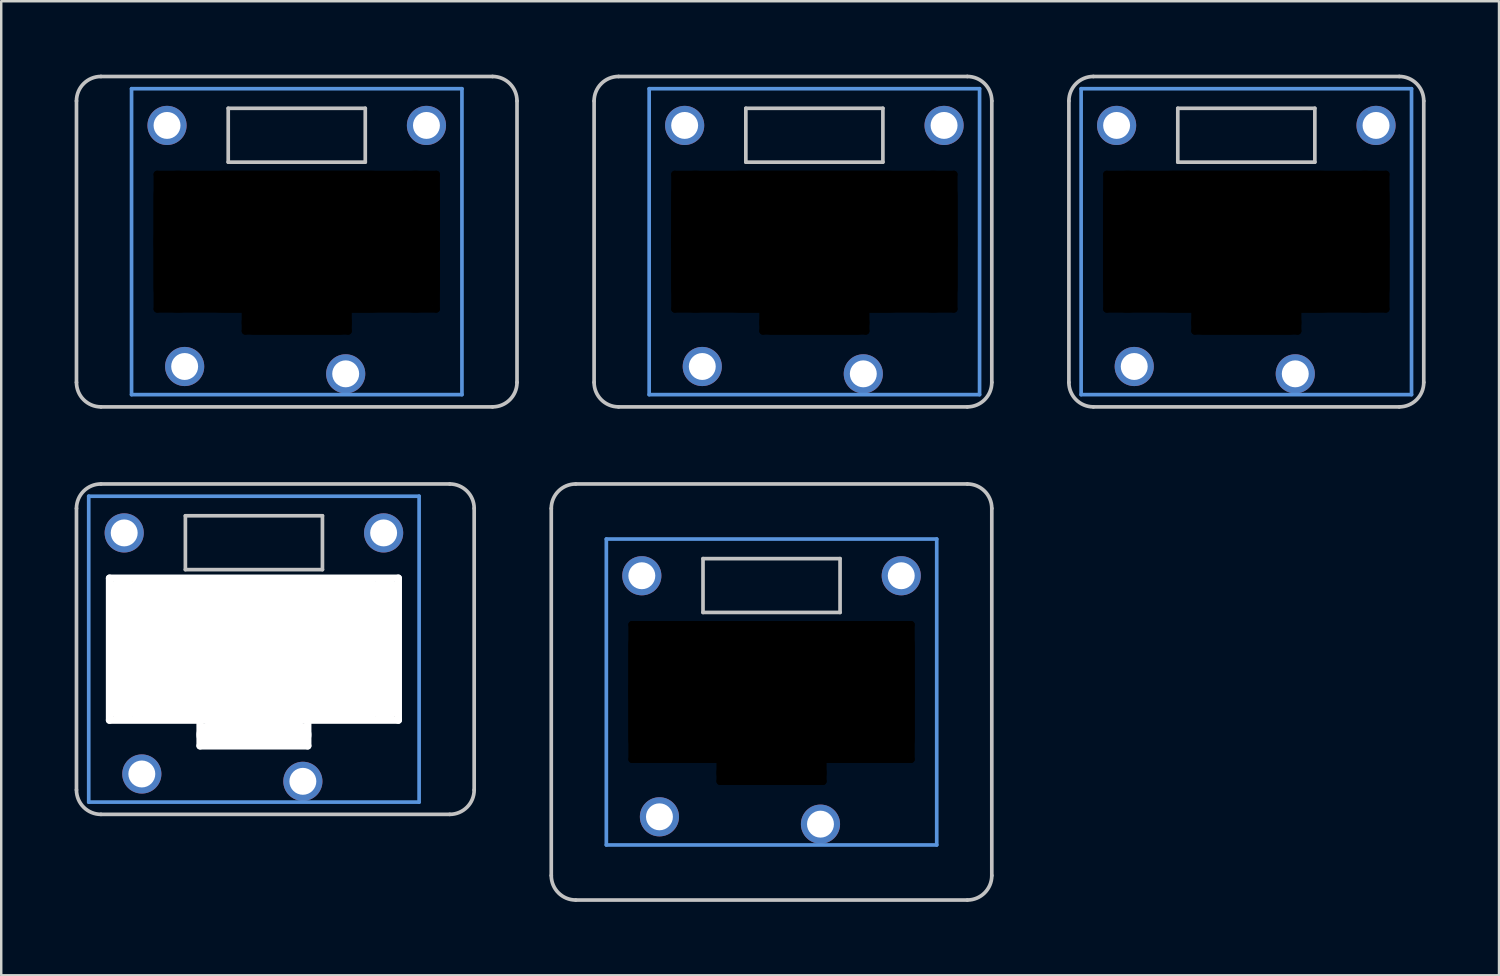
<source format=kicad_pcb>
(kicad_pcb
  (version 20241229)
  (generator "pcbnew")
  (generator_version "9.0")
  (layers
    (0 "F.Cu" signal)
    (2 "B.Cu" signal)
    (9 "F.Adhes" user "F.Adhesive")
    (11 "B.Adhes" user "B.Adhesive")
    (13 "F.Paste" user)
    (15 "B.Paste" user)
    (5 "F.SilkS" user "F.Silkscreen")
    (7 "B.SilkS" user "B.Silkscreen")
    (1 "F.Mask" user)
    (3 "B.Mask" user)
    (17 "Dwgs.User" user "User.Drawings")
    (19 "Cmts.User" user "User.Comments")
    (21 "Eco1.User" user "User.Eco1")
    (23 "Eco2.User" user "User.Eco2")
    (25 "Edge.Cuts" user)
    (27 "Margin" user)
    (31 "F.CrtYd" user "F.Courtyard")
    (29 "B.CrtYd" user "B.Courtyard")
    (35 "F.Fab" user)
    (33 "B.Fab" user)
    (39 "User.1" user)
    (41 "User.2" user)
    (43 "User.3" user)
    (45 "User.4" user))
  (footprint "pg1232-SSN"
    (layer "F.Cu")
    (at 47.875 6.825)
    (property "Reference" "pg1232-SSN" (at 0 0 0) (layer "F.Fab") (effects (font (size 1 1) (thickness 0.15))))
    (attr through_hole)
    (fp_line (start -7.25 5.75) (end -7.25 -5.75) (stroke (width 0.15) (type solid)) (layer "Dwgs.User"))
    (fp_line (start -6.25 -6.75) (end 6.25 -6.75) (stroke (width 0.15) (type solid)) (layer "Dwgs.User"))
    (fp_line (start -2.8 -5.45) (end -2.8 -3.25) (stroke (width 0.15) (type solid)) (layer "Dwgs.User"))
    (fp_line (start -2.8 -3.25) (end 2.8 -3.25) (stroke (width 0.15) (type solid)) (layer "Dwgs.User"))
    (fp_line (start 2.8 -5.45) (end -2.8 -5.45) (stroke (width 0.15) (type solid)) (layer "Dwgs.User"))
    (fp_line (start 2.8 -3.25) (end 2.8 -5.45) (stroke (width 0.15) (type solid)) (layer "Dwgs.User"))
    (fp_line (start 6.25 6.75) (end -6.25 6.75) (stroke (width 0.15) (type solid)) (layer "Dwgs.User"))
    (fp_line (start 7.25 -5.75) (end 7.25 5.75) (stroke (width 0.15) (type solid)) (layer "Dwgs.User"))
    (fp_arc (start -7.25 -5.75) (mid -6.957107 -6.457107) (end -6.25 -6.75) (stroke (width 0.15) (type solid)) (layer "Dwgs.User"))
    (fp_arc (start -6.25 6.75) (mid -6.957107 6.457107) (end -7.25 5.75) (stroke (width 0.15) (type solid)) (layer "Dwgs.User"))
    (fp_arc (start 6.25 -6.75) (mid 6.957107 -6.457107) (end 7.25 -5.75) (stroke (width 0.15) (type solid)) (layer "Dwgs.User"))
    (fp_arc (start 7.25 5.75) (mid 6.957107 6.457107) (end 6.25 6.75) (stroke (width 0.15) (type solid)) (layer "Dwgs.User"))
    (fp_line (start -6.75 -6.25) (end -6.75 6.25) (stroke (width 0.15) (type solid)) (layer "Cmts.User"))
    (fp_line (start -6.75 6.25) (end 6.75 6.25) (stroke (width 0.15) (type solid)) (layer "Cmts.User"))
    (fp_line (start 6.75 -6.25) (end -6.75 -6.25) (stroke (width 0.15) (type solid)) (layer "Cmts.User"))
    (fp_line (start 6.75 6.25) (end 6.75 -6.25) (stroke (width 0.15) (type solid)) (layer "Cmts.User"))
    (pad "" np_thru_hole oval (at -5.7 0 90) (size 5.8 0.3) (drill oval 5.8 0.3) (layers "*.Mask"))
    (pad "" np_thru_hole oval (at -4.85 0) (size 2 5.8) (drill oval 2 5.8) (layers "*.Mask"))
    (pad "" np_thru_hole oval (at -2.1 3.25 90) (size 1.1 0.3) (drill oval 1.1 0.3) (layers "*.Mask"))
    (pad "" np_thru_hole oval (at 0 -2.75) (size 11.7 0.3) (drill oval 11.7 0.3) (layers "*.Mask"))
    (pad "" np_thru_hole oval (at 0 0) (size 11.7 5.8) (drill oval 11.7 5.8) (layers "*.Mask"))
    (pad "" np_thru_hole oval (at 0 2.75) (size 11.7 0.3) (drill oval 11.7 0.3) (layers "*.Mask"))
    (pad "" np_thru_hole oval (at 0 3.3) (size 4.5 1) (drill oval 4.5 1) (layers "*.Mask"))
    (pad "" np_thru_hole oval (at 0 3.65) (size 4.5 0.3) (drill oval 4.5 0.3) (layers "*.Mask"))
    (pad "" np_thru_hole oval (at 2.1 3.25 90) (size 1.1 0.3) (drill oval 1.1 0.3) (layers "*.Mask"))
    (pad "" np_thru_hole oval (at 4.85 0) (size 2 5.8) (drill oval 2 5.8) (layers "*.Mask"))
    (pad "" np_thru_hole oval (at 5.7 0 90) (size 5.8 0.3) (drill oval 5.8 0.3) (layers "*.Mask"))
    (pad "1" thru_hole circle (at 2 5.4) (size 1.6 1.6) (drill 1.1) (layers "*.Cu" "B.Mask"))
    (pad "2" thru_hole circle (at -4.58 5.1) (size 1.6 1.6) (drill 1.1) (layers "*.Cu" "B.Mask"))
    (pad "4" thru_hole circle (at 5.3 -4.75) (size 1.6 1.6) (drill 1.1) (layers "*.Cu" "B.Mask"))
    (pad "5" thru_hole circle (at -5.3 -4.75) (size 1.6 1.6) (drill 1.1) (layers "*.Cu" "B.Mask")))
  (footprint "pg1232-SS"
    (layer "F.Cu")
    (at 9.075 6.825)
    (property "Reference" "pg1232-SS" (at 0 0 0) (layer "F.Fab") (effects (font (size 1 1) (thickness 0.15))))
    (attr through_hole)
    (fp_line (start -9 5.75) (end -9 -5.75) (stroke (width 0.15) (type solid)) (layer "Dwgs.User"))
    (fp_line (start -8 -6.75) (end 8 -6.75) (stroke (width 0.15) (type solid)) (layer "Dwgs.User"))
    (fp_line (start -2.8 -5.45) (end -2.8 -3.25) (stroke (width 0.15) (type solid)) (layer "Dwgs.User"))
    (fp_line (start -2.8 -3.25) (end 2.8 -3.25) (stroke (width 0.15) (type solid)) (layer "Dwgs.User"))
    (fp_line (start 2.8 -5.45) (end -2.8 -5.45) (stroke (width 0.15) (type solid)) (layer "Dwgs.User"))
    (fp_line (start 2.8 -3.25) (end 2.8 -5.45) (stroke (width 0.15) (type solid)) (layer "Dwgs.User"))
    (fp_line (start 8 6.75) (end -8 6.75) (stroke (width 0.15) (type solid)) (layer "Dwgs.User"))
    (fp_line (start 9 -5.75) (end 9 5.75) (stroke (width 0.15) (type solid)) (layer "Dwgs.User"))
    (fp_arc (start -9 -5.75) (mid -8.707107 -6.457107) (end -8 -6.75) (stroke (width 0.15) (type solid)) (layer "Dwgs.User"))
    (fp_arc (start -8 6.75) (mid -8.707107 6.457107) (end -9 5.75) (stroke (width 0.15) (type solid)) (layer "Dwgs.User"))
    (fp_arc (start 8 -6.75) (mid 8.707107 -6.457107) (end 9 -5.75) (stroke (width 0.15) (type solid)) (layer "Dwgs.User"))
    (fp_arc (start 9 5.75) (mid 8.707107 6.457107) (end 8 6.75) (stroke (width 0.15) (type solid)) (layer "Dwgs.User"))
    (fp_line (start -6.75 -6.25) (end -6.75 6.25) (stroke (width 0.15) (type solid)) (layer "Cmts.User"))
    (fp_line (start -6.75 6.25) (end 6.75 6.25) (stroke (width 0.15) (type solid)) (layer "Cmts.User"))
    (fp_line (start 6.75 -6.25) (end -6.75 -6.25) (stroke (width 0.15) (type solid)) (layer "Cmts.User"))
    (fp_line (start 6.75 6.25) (end 6.75 -6.25) (stroke (width 0.15) (type solid)) (layer "Cmts.User"))
    (pad "" np_thru_hole oval (at -5.7 0 90) (size 5.8 0.3) (drill oval 5.8 0.3) (layers "*.Mask"))
    (pad "" np_thru_hole oval (at -4.85 0) (size 2 5.8) (drill oval 2 5.8) (layers "*.Mask"))
    (pad "" np_thru_hole oval (at -2.1 3.25 90) (size 1.1 0.3) (drill oval 1.1 0.3) (layers "*.Mask"))
    (pad "" np_thru_hole oval (at 0 -2.75) (size 11.7 0.3) (drill oval 11.7 0.3) (layers "*.Mask"))
    (pad "" np_thru_hole oval (at 0 0) (size 11.7 5.8) (drill oval 11.7 5.8) (layers "*.Mask"))
    (pad "" np_thru_hole oval (at 0 2.75) (size 11.7 0.3) (drill oval 11.7 0.3) (layers "*.Mask"))
    (pad "" np_thru_hole oval (at 0 3.3) (size 4.5 1) (drill oval 4.5 1) (layers "*.Mask"))
    (pad "" np_thru_hole oval (at 0 3.65) (size 4.5 0.3) (drill oval 4.5 0.3) (layers "*.Mask"))
    (pad "" np_thru_hole oval (at 2.1 3.25 90) (size 1.1 0.3) (drill oval 1.1 0.3) (layers "*.Mask"))
    (pad "" np_thru_hole oval (at 4.85 0) (size 2 5.8) (drill oval 2 5.8) (layers "*.Mask"))
    (pad "" np_thru_hole oval (at 5.7 0 90) (size 5.8 0.3) (drill oval 5.8 0.3) (layers "*.Mask"))
    (pad "1" thru_hole circle (at 2 5.4) (size 1.6 1.6) (drill 1.1) (layers "*.Cu" "B.Mask"))
    (pad "2" thru_hole circle (at -4.58 5.1) (size 1.6 1.6) (drill 1.1) (layers "*.Cu" "B.Mask"))
    (pad "4" thru_hole circle (at 5.3 -4.75) (size 1.6 1.6) (drill 1.1) (layers "*.Cu" "B.Mask"))
    (pad "5" thru_hole circle (at -5.3 -4.75) (size 1.6 1.6) (drill 1.1) (layers "*.Cu" "B.Mask")))
  (footprint "pg1232-SSL"
    (layer "F.Cu")
    (at 30.225 6.825)
    (property "Reference" "pg1232-SSL" (at 0 0 0) (layer "F.Fab") (effects (font (size 1 1) (thickness 0.15))))
    (attr through_hole)
    (fp_line (start -9 5.75) (end -9 -5.75) (stroke (width 0.15) (type solid)) (layer "Dwgs.User"))
    (fp_line (start -8 -6.75) (end 6.25 -6.75) (stroke (width 0.15) (type solid)) (layer "Dwgs.User"))
    (fp_line (start -2.8 -5.45) (end -2.8 -3.25) (stroke (width 0.15) (type solid)) (layer "Dwgs.User"))
    (fp_line (start -2.8 -3.25) (end 2.8 -3.25) (stroke (width 0.15) (type solid)) (layer "Dwgs.User"))
    (fp_line (start 2.8 -5.45) (end -2.8 -5.45) (stroke (width 0.15) (type solid)) (layer "Dwgs.User"))
    (fp_line (start 2.8 -3.25) (end 2.8 -5.45) (stroke (width 0.15) (type solid)) (layer "Dwgs.User"))
    (fp_line (start 6.25 6.75) (end -8 6.75) (stroke (width 0.15) (type solid)) (layer "Dwgs.User"))
    (fp_line (start 7.25 -5.75) (end 7.25 5.75) (stroke (width 0.15) (type solid)) (layer "Dwgs.User"))
    (fp_arc (start -9 -5.75) (mid -8.707107 -6.457107) (end -8 -6.75) (stroke (width 0.15) (type solid)) (layer "Dwgs.User"))
    (fp_arc (start -8 6.75) (mid -8.707107 6.457107) (end -9 5.75) (stroke (width 0.15) (type solid)) (layer "Dwgs.User"))
    (fp_arc (start 6.25 -6.75) (mid 6.957107 -6.457107) (end 7.25 -5.75) (stroke (width 0.15) (type solid)) (layer "Dwgs.User"))
    (fp_arc (start 7.25 5.75) (mid 6.957107 6.457107) (end 6.25 6.75) (stroke (width 0.15) (type solid)) (layer "Dwgs.User"))
    (fp_line (start -6.75 -6.25) (end -6.75 6.25) (stroke (width 0.15) (type solid)) (layer "Cmts.User"))
    (fp_line (start -6.75 6.25) (end 6.75 6.25) (stroke (width 0.15) (type solid)) (layer "Cmts.User"))
    (fp_line (start 6.75 -6.25) (end -6.75 -6.25) (stroke (width 0.15) (type solid)) (layer "Cmts.User"))
    (fp_line (start 6.75 6.25) (end 6.75 -6.25) (stroke (width 0.15) (type solid)) (layer "Cmts.User"))
    (pad "" np_thru_hole oval (at -5.7 0 90) (size 5.8 0.3) (drill oval 5.8 0.3) (layers "*.Mask"))
    (pad "" thru_hole circle (at -5.3 -4.75) (size 1.6 1.6) (drill 1.1) (layers "*.Cu" "B.Mask"))
    (pad "" np_thru_hole oval (at -4.85 0) (size 2 5.8) (drill oval 2 5.8) (layers "*.Mask"))
    (pad "" np_thru_hole oval (at -2.1 3.25 90) (size 1.1 0.3) (drill oval 1.1 0.3) (layers "*.Mask"))
    (pad "" np_thru_hole oval (at 0 -2.75) (size 11.7 0.3) (drill oval 11.7 0.3) (layers "*.Mask"))
    (pad "" np_thru_hole oval (at 0 0) (size 11.7 5.8) (drill oval 11.7 5.8) (layers "*.Mask"))
    (pad "" np_thru_hole oval (at 0 2.75) (size 11.7 0.3) (drill oval 11.7 0.3) (layers "*.Mask"))
    (pad "" np_thru_hole oval (at 0 3.3) (size 4.5 1) (drill oval 4.5 1) (layers "*.Mask"))
    (pad "" np_thru_hole oval (at 0 3.65) (size 4.5 0.3) (drill oval 4.5 0.3) (layers "*.Mask"))
    (pad "" np_thru_hole oval (at 2.1 3.25 90) (size 1.1 0.3) (drill oval 1.1 0.3) (layers "*.Mask"))
    (pad "" np_thru_hole oval (at 4.85 0) (size 2 5.8) (drill oval 2 5.8) (layers "*.Mask"))
    (pad "" thru_hole circle (at 5.3 -4.75) (size 1.6 1.6) (drill 1.1) (layers "*.Cu" "B.Mask"))
    (pad "" np_thru_hole oval (at 5.7 0 90) (size 5.8 0.3) (drill oval 5.8 0.3) (layers "*.Mask"))
    (pad "1" thru_hole circle (at 2 5.4) (size 1.6 1.6) (drill 1.1) (layers "*.Cu" "B.Mask"))
    (pad "2" thru_hole circle (at -4.58 5.1) (size 1.6 1.6) (drill 1.1) (layers "*.Cu" "B.Mask")))
  (footprint "pg1232"
    (layer "F.Cu")
    (at 28.475 25.225)
    (property "Reference" "pg1232" (at 0 0 0) (layer "F.Fab") (effects (font (size 1 1) (thickness 0.15))))
    (attr through_hole)
    (fp_line (start -9 7.5) (end -9 -7.5) (stroke (width 0.15) (type solid)) (layer "Dwgs.User"))
    (fp_line (start -8 -8.5) (end 8 -8.5) (stroke (width 0.15) (type solid)) (layer "Dwgs.User"))
    (fp_line (start -2.8 -5.45) (end -2.8 -3.25) (stroke (width 0.15) (type solid)) (layer "Dwgs.User"))
    (fp_line (start -2.8 -3.25) (end 2.8 -3.25) (stroke (width 0.15) (type solid)) (layer "Dwgs.User"))
    (fp_line (start 2.8 -5.45) (end -2.8 -5.45) (stroke (width 0.15) (type solid)) (layer "Dwgs.User"))
    (fp_line (start 2.8 -3.25) (end 2.8 -5.45) (stroke (width 0.15) (type solid)) (layer "Dwgs.User"))
    (fp_line (start 8 8.5) (end -8 8.5) (stroke (width 0.15) (type solid)) (layer "Dwgs.User"))
    (fp_line (start 9 -7.5) (end 9 7.5) (stroke (width 0.15) (type solid)) (layer "Dwgs.User"))
    (fp_arc (start -9 -7.5) (mid -8.707107 -8.207107) (end -8 -8.5) (stroke (width 0.15) (type solid)) (layer "Dwgs.User"))
    (fp_arc (start -8 8.5) (mid -8.707107 8.207107) (end -9 7.5) (stroke (width 0.15) (type solid)) (layer "Dwgs.User"))
    (fp_arc (start 8 -8.5) (mid 8.707107 -8.207107) (end 9 -7.5) (stroke (width 0.15) (type solid)) (layer "Dwgs.User"))
    (fp_arc (start 9 7.5) (mid 8.707107 8.207107) (end 8 8.5) (stroke (width 0.15) (type solid)) (layer "Dwgs.User"))
    (fp_line (start -6.75 -6.25) (end -6.75 6.25) (stroke (width 0.15) (type solid)) (layer "Cmts.User"))
    (fp_line (start -6.75 6.25) (end 6.75 6.25) (stroke (width 0.15) (type solid)) (layer "Cmts.User"))
    (fp_line (start 6.75 -6.25) (end -6.75 -6.25) (stroke (width 0.15) (type solid)) (layer "Cmts.User"))
    (fp_line (start 6.75 6.25) (end 6.75 -6.25) (stroke (width 0.15) (type solid)) (layer "Cmts.User"))
    (pad "" np_thru_hole oval (at -5.7 0 90) (size 5.8 0.3) (drill oval 5.8 0.3) (layers "*.Mask"))
    (pad "" np_thru_hole oval (at -4.85 0) (size 2 5.8) (drill oval 2 5.8) (layers "*.Mask"))
    (pad "" np_thru_hole oval (at -2.1 3.25 90) (size 1.1 0.3) (drill oval 1.1 0.3) (layers "*.Mask"))
    (pad "" np_thru_hole oval (at 0 -2.75) (size 11.7 0.3) (drill oval 11.7 0.3) (layers "*.Mask"))
    (pad "" np_thru_hole oval (at 0 0) (size 11.7 5.8) (drill oval 11.7 5.8) (layers "*.Mask"))
    (pad "" np_thru_hole oval (at 0 2.75) (size 11.7 0.3) (drill oval 11.7 0.3) (layers "*.Mask"))
    (pad "" np_thru_hole oval (at 0 3.3) (size 4.5 1) (drill oval 4.5 1) (layers "*.Mask"))
    (pad "" np_thru_hole oval (at 0 3.65) (size 4.5 0.3) (drill oval 4.5 0.3) (layers "*.Mask"))
    (pad "" np_thru_hole oval (at 2.1 3.25 90) (size 1.1 0.3) (drill oval 1.1 0.3) (layers "*.Mask"))
    (pad "" np_thru_hole oval (at 4.85 0) (size 2 5.8) (drill oval 2 5.8) (layers "*.Mask"))
    (pad "" np_thru_hole oval (at 5.7 0 90) (size 5.8 0.3) (drill oval 5.8 0.3) (layers "*.Mask"))
    (pad "1" thru_hole circle (at 2 5.4) (size 1.6 1.6) (drill 1.1) (layers "*.Cu" "B.Mask"))
    (pad "2" thru_hole circle (at -4.58 5.1) (size 1.6 1.6) (drill 1.1) (layers "*.Cu" "B.Mask"))
    (pad "4" thru_hole circle (at 5.3 -4.75) (size 1.6 1.6) (drill 1.1) (layers "*.Cu" "B.Mask"))
    (pad "5" thru_hole circle (at -5.3 -4.75) (size 1.6 1.6) (drill 1.1) (layers "*.Cu" "B.Mask")))
  (footprint "pg1232-SSR"
    (layer "F.Cu")
    (at 7.325 23.475)
    (property "Reference" "pg1232-SSR" (at 0 0 0) (layer "F.Fab") (effects (font (size 1 1) (thickness 0.15))))
    (attr through_hole)
    (fp_line (start -7.25 5.75) (end -7.25 -5.75) (stroke (width 0.15) (type solid)) (layer "Dwgs.User"))
    (fp_line (start -6.25 -6.75) (end 8 -6.75) (stroke (width 0.15) (type solid)) (layer "Dwgs.User"))
    (fp_line (start -2.8 -5.45) (end -2.8 -3.25) (stroke (width 0.15) (type solid)) (layer "Dwgs.User"))
    (fp_line (start -2.8 -3.25) (end 2.8 -3.25) (stroke (width 0.15) (type solid)) (layer "Dwgs.User"))
    (fp_line (start 2.8 -5.45) (end -2.8 -5.45) (stroke (width 0.15) (type solid)) (layer "Dwgs.User"))
    (fp_line (start 2.8 -3.25) (end 2.8 -5.45) (stroke (width 0.15) (type solid)) (layer "Dwgs.User"))
    (fp_line (start 8 6.75) (end -6.25 6.75) (stroke (width 0.15) (type solid)) (layer "Dwgs.User"))
    (fp_line (start 9 -5.75) (end 9 5.75) (stroke (width 0.15) (type solid)) (layer "Dwgs.User"))
    (fp_arc (start -7.25 -5.75) (mid -6.957107 -6.457107) (end -6.25 -6.75) (stroke (width 0.15) (type solid)) (layer "Dwgs.User"))
    (fp_arc (start -6.25 6.75) (mid -6.957107 6.457107) (end -7.25 5.75) (stroke (width 0.15) (type solid)) (layer "Dwgs.User"))
    (fp_arc (start 8 -6.75) (mid 8.707107 -6.457107) (end 9 -5.75) (stroke (width 0.15) (type solid)) (layer "Dwgs.User"))
    (fp_arc (start 9 5.75) (mid 8.707107 6.457107) (end 8 6.75) (stroke (width 0.15) (type solid)) (layer "Dwgs.User"))
    (fp_line (start -6.75 -6.25) (end -6.75 6.25) (stroke (width 0.15) (type solid)) (layer "Cmts.User"))
    (fp_line (start -6.75 6.25) (end 6.75 6.25) (stroke (width 0.15) (type solid)) (layer "Cmts.User"))
    (fp_line (start 6.75 -6.25) (end -6.75 -6.25) (stroke (width 0.15) (type solid)) (layer "Cmts.User"))
    (fp_line (start 6.75 6.25) (end 6.75 -6.25) (stroke (width 0.15) (type solid)) (layer "Cmts.User"))
    (pad "" np_thru_hole oval (at -5.9 0 90) (size 6.1 0.3) (drill oval 6.1 0.3) (layers "*.Cu" "*.Mask"))
    (pad "" np_thru_hole oval (at -5.36 0) (size 1 5.9) (drill oval 1 5.9) (layers "*.Cu" "*.Mask"))
    (pad "" np_thru_hole oval (at -4.59 0) (size 1 5.9) (drill oval 1 5.9) (layers "*.Cu" "*.Mask"))
    (pad "" np_thru_hole oval (at -4.2 0) (size 1 5.9) (drill oval 1 5.9) (layers "*.Cu" "*.Mask"))
    (pad "" np_thru_hole oval (at -2.2 3.5 90) (size 1.2 0.3) (drill oval 1.2 0.3) (layers "*.Cu" "*.Mask"))
    (pad "" np_thru_hole oval (at 0 -2.9) (size 12.1 0.3) (drill oval 12.1 0.3) (layers "*.Cu" "*.Mask"))
    (pad "" np_thru_hole oval (at 0 0) (size 11.85 5.9) (drill oval 11.85 5.9) (layers "*.Cu" "*.Mask"))
    (pad "" np_thru_hole oval (at 0 2.9) (size 12.1 0.3) (drill oval 12.1 0.3) (layers "*.Cu" "*.Mask"))
    (pad "" np_thru_hole oval (at 0 3.5) (size 4.7 1) (drill oval 4.7 1) (layers "*.Cu" "*.Mask"))
    (pad "" np_thru_hole oval (at 0 3.95) (size 4.7 0.3) (drill oval 4.7 0.3) (layers "*.Cu" "*.Mask"))
    (pad "" np_thru_hole oval (at 2.2 3.5 90) (size 1.2 0.3) (drill oval 1.2 0.3) (layers "*.Cu" "*.Mask"))
    (pad "" np_thru_hole oval (at 4.2 0) (size 1 5.9) (drill oval 1 5.9) (layers "*.Cu" "*.Mask"))
    (pad "" np_thru_hole oval (at 4.59 0) (size 1 5.9) (drill oval 1 5.9) (layers "*.Cu" "*.Mask"))
    (pad "" np_thru_hole oval (at 5.36 0) (size 1 5.9) (drill oval 1 5.9) (layers "*.Cu" "*.Mask"))
    (pad "" np_thru_hole oval (at 5.9 0 90) (size 6.1 0.3) (drill oval 6.1 0.3) (layers "*.Cu" "*.Mask"))
    (pad "1" thru_hole circle (at 2 5.4) (size 1.6 1.6) (drill 1.1) (layers "*.Cu" "B.Mask"))
    (pad "2" thru_hole circle (at -4.58 5.1) (size 1.6 1.6) (drill 1.1) (layers "*.Cu" "B.Mask"))
    (pad "3" thru_hole circle (at 5.3 -4.75) (size 1.6 1.6) (drill 1.1) (layers "*.Cu" "B.Mask"))
    (pad "4" thru_hole circle (at -5.3 -4.75) (size 1.6 1.6) (drill 1.1) (layers "*.Cu" "B.Mask")))
  (gr_rect
    (start -3 -3)
    (end 58.2 36.8)
    (stroke (width 0.1) (type default))
    (fill no)
    (layer "Edge.Cuts")))
</source>
